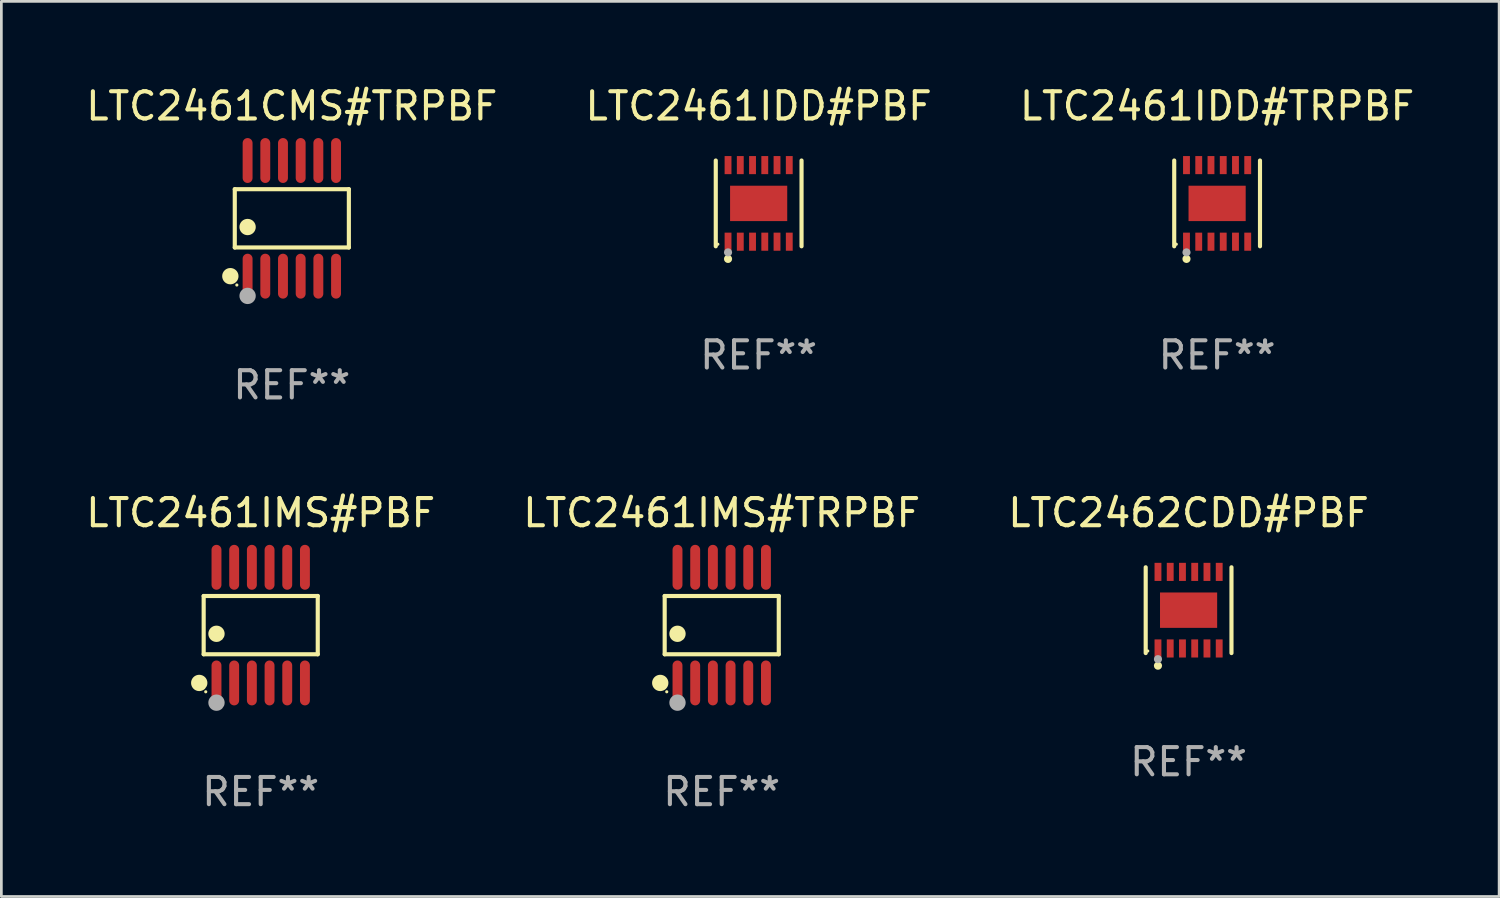
<source format=kicad_pcb>
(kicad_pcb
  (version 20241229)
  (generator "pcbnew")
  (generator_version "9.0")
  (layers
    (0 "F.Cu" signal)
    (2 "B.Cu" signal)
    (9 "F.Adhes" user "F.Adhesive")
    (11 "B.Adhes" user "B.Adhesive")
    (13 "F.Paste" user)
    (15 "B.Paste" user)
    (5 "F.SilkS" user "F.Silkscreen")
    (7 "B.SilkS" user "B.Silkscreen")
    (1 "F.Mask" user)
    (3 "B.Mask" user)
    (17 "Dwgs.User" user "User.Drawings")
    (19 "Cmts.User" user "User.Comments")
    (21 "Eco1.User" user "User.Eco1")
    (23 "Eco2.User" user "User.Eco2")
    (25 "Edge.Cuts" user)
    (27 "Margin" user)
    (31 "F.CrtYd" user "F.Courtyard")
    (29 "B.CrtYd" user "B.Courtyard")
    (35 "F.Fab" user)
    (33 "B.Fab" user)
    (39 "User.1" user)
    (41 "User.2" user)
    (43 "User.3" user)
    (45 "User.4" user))
  (footprint "LTC2461IMS#TRPBF"
    (layer "F.Cu")
    (at 23.47 19.92)
    (property "Reference" "LTC2461IMS#TRPBF" (at 0 -4.125 0) (layer "F.SilkS") (effects (font (size 1 1) (thickness 0.15))))
    (attr through_hole)
    (fp_line (start -2.096 -1.071) (end 2.096 -1.071) (stroke (width 0.152) (type solid)) (layer "F.SilkS"))
    (fp_line (start -2.096 1.071) (end -2.096 -1.071) (stroke (width 0.152) (type solid)) (layer "F.SilkS"))
    (fp_line (start 2.096 -1.071) (end 2.096 1.071) (stroke (width 0.152) (type solid)) (layer "F.SilkS"))
    (fp_line (start 2.096 1.071) (end -2.096 1.071) (stroke (width 0.152) (type solid)) (layer "F.SilkS"))
    (fp_circle (center -2.259 2.125) (end -2.109 2.125) (stroke (width 0.3) (type solid)) (fill no) (layer "F.SilkS"))
    (fp_circle (center -2.02 2.45) (end -1.99 2.45) (stroke (width 0.06) (type solid)) (fill no) (layer "F.SilkS"))
    (fp_circle (center -1.625 0.319) (end -1.475 0.319) (stroke (width 0.3) (type solid)) (fill no) (layer "F.SilkS"))
    (fp_circle (center -1.625 2.85) (end -1.475 2.85) (stroke (width 0.3) (type solid)) (fill no) (layer "F.Fab"))
    (fp_text user "REF**" (at 0 6.125 0) (layer "F.Fab") (effects (font (size 1 1) (thickness 0.15))))
    (pad "1" smd oval (at -1.625 2.125) (size 0.364 1.65) (layers "F.Cu" "F.Mask" "F.Paste"))
    (pad "2" smd oval (at -0.975 2.125) (size 0.364 1.65) (layers "F.Cu" "F.Mask" "F.Paste"))
    (pad "3" smd oval (at -0.325 2.125) (size 0.364 1.65) (layers "F.Cu" "F.Mask" "F.Paste"))
    (pad "4" smd oval (at 0.325 2.125) (size 0.364 1.65) (layers "F.Cu" "F.Mask" "F.Paste"))
    (pad "5" smd oval (at 0.975 2.125) (size 0.364 1.65) (layers "F.Cu" "F.Mask" "F.Paste"))
    (pad "6" smd oval (at 1.625 2.125) (size 0.364 1.65) (layers "F.Cu" "F.Mask" "F.Paste"))
    (pad "7" smd oval (at 1.625 -2.125) (size 0.364 1.65) (layers "F.Cu" "F.Mask" "F.Paste"))
    (pad "8" smd oval (at 0.975 -2.125) (size 0.364 1.65) (layers "F.Cu" "F.Mask" "F.Paste"))
    (pad "9" smd oval (at 0.325 -2.125) (size 0.364 1.65) (layers "F.Cu" "F.Mask" "F.Paste"))
    (pad "10" smd oval (at -0.325 -2.125) (size 0.364 1.65) (layers "F.Cu" "F.Mask" "F.Paste"))
    (pad "11" smd oval (at -0.975 -2.125) (size 0.364 1.65) (layers "F.Cu" "F.Mask" "F.Paste"))
    (pad "12" smd oval (at -1.625 -2.125) (size 0.364 1.65) (layers "F.Cu" "F.Mask" "F.Paste")))
  (footprint "LTC2461IMS#PBF"
    (layer "F.Cu")
    (at 6.53 19.92)
    (property "Reference" "LTC2461IMS#PBF" (at 0 -4.125 0) (layer "F.SilkS") (effects (font (size 1 1) (thickness 0.15))))
    (attr through_hole)
    (fp_line (start -2.096 -1.071) (end 2.096 -1.071) (stroke (width 0.152) (type solid)) (layer "F.SilkS"))
    (fp_line (start -2.096 1.071) (end -2.096 -1.071) (stroke (width 0.152) (type solid)) (layer "F.SilkS"))
    (fp_line (start 2.096 -1.071) (end 2.096 1.071) (stroke (width 0.152) (type solid)) (layer "F.SilkS"))
    (fp_line (start 2.096 1.071) (end -2.096 1.071) (stroke (width 0.152) (type solid)) (layer "F.SilkS"))
    (fp_circle (center -2.259 2.125) (end -2.109 2.125) (stroke (width 0.3) (type solid)) (fill no) (layer "F.SilkS"))
    (fp_circle (center -2.02 2.45) (end -1.99 2.45) (stroke (width 0.06) (type solid)) (fill no) (layer "F.SilkS"))
    (fp_circle (center -1.625 0.319) (end -1.475 0.319) (stroke (width 0.3) (type solid)) (fill no) (layer "F.SilkS"))
    (fp_circle (center -1.625 2.85) (end -1.475 2.85) (stroke (width 0.3) (type solid)) (fill no) (layer "F.Fab"))
    (fp_text user "REF**" (at 0 6.125 0) (layer "F.Fab") (effects (font (size 1 1) (thickness 0.15))))
    (pad "1" smd oval (at -1.625 2.125) (size 0.364 1.65) (layers "F.Cu" "F.Mask" "F.Paste"))
    (pad "2" smd oval (at -0.975 2.125) (size 0.364 1.65) (layers "F.Cu" "F.Mask" "F.Paste"))
    (pad "3" smd oval (at -0.325 2.125) (size 0.364 1.65) (layers "F.Cu" "F.Mask" "F.Paste"))
    (pad "4" smd oval (at 0.325 2.125) (size 0.364 1.65) (layers "F.Cu" "F.Mask" "F.Paste"))
    (pad "5" smd oval (at 0.975 2.125) (size 0.364 1.65) (layers "F.Cu" "F.Mask" "F.Paste"))
    (pad "6" smd oval (at 1.625 2.125) (size 0.364 1.65) (layers "F.Cu" "F.Mask" "F.Paste"))
    (pad "7" smd oval (at 1.625 -2.125) (size 0.364 1.65) (layers "F.Cu" "F.Mask" "F.Paste"))
    (pad "8" smd oval (at 0.975 -2.125) (size 0.364 1.65) (layers "F.Cu" "F.Mask" "F.Paste"))
    (pad "9" smd oval (at 0.325 -2.125) (size 0.364 1.65) (layers "F.Cu" "F.Mask" "F.Paste"))
    (pad "10" smd oval (at -0.325 -2.125) (size 0.364 1.65) (layers "F.Cu" "F.Mask" "F.Paste"))
    (pad "11" smd oval (at -0.975 -2.125) (size 0.364 1.65) (layers "F.Cu" "F.Mask" "F.Paste"))
    (pad "12" smd oval (at -1.625 -2.125) (size 0.364 1.65) (layers "F.Cu" "F.Mask" "F.Paste")))
  (footprint "LTC2462CDD#PBF"
    (layer "F.Cu")
    (at 40.625 19.371)
    (property "Reference" "LTC2462CDD#PBF" (at 0 -3.576 0) (layer "F.SilkS") (effects (font (size 1 1) (thickness 0.15))))
    (attr through_hole)
    (fp_line (start -1.576 1.576) (end -1.576 -1.576) (stroke (width 0.152) (type solid)) (layer "F.SilkS"))
    (fp_line (start 1.576 1.576) (end 1.576 -1.576) (stroke (width 0.152) (type solid)) (layer "F.SilkS"))
    (fp_circle (center -1.5 1.5) (end -1.47 1.5) (stroke (width 0.06) (type solid)) (fill no) (layer "F.SilkS"))
    (fp_circle (center -1.125 2.04) (end -1.05 2.04) (stroke (width 0.15) (type solid)) (fill no) (layer "F.SilkS"))
    (fp_circle (center -1.125 1.8) (end -1.05 1.8) (stroke (width 0.15) (type solid)) (fill no) (layer "F.Fab"))
    (fp_text user "REF**" (at 0 5.576 0) (layer "F.Fab") (effects (font (size 1 1) (thickness 0.15))))
    (pad "1" smd rect (at -1.125 1.407) (size 0.252 0.665) (layers "F.Cu" "F.Mask" "F.Paste"))
    (pad "2" smd rect (at -0.675 1.407) (size 0.252 0.665) (layers "F.Cu" "F.Mask" "F.Paste"))
    (pad "3" smd rect (at -0.225 1.407) (size 0.252 0.665) (layers "F.Cu" "F.Mask" "F.Paste"))
    (pad "4" smd rect (at 0.225 1.407) (size 0.252 0.665) (layers "F.Cu" "F.Mask" "F.Paste"))
    (pad "5" smd rect (at 0.675 1.407) (size 0.252 0.665) (layers "F.Cu" "F.Mask" "F.Paste"))
    (pad "6" smd rect (at 1.125 1.407) (size 0.252 0.665) (layers "F.Cu" "F.Mask" "F.Paste"))
    (pad "7" smd rect (at 1.125 -1.407) (size 0.252 0.665) (layers "F.Cu" "F.Mask" "F.Paste"))
    (pad "8" smd rect (at 0.675 -1.407) (size 0.252 0.665) (layers "F.Cu" "F.Mask" "F.Paste"))
    (pad "9" smd rect (at 0.225 -1.407) (size 0.252 0.665) (layers "F.Cu" "F.Mask" "F.Paste"))
    (pad "10" smd rect (at -0.225 -1.407) (size 0.252 0.665) (layers "F.Cu" "F.Mask" "F.Paste"))
    (pad "11" smd rect (at -0.675 -1.407) (size 0.252 0.665) (layers "F.Cu" "F.Mask" "F.Paste"))
    (pad "12" smd rect (at -1.125 -1.407) (size 0.252 0.665) (layers "F.Cu" "F.Mask" "F.Paste"))
    (pad "13" smd rect (at 0 0) (size 2.1 1.3) (layers "F.Cu" "F.Mask" "F.Paste")))
  (footprint "LTC2461IDD#TRPBF"
    (layer "F.Cu")
    (at 41.673 4.424)
    (property "Reference" "LTC2461IDD#TRPBF" (at 0 -3.576 0) (layer "F.SilkS") (effects (font (size 1 1) (thickness 0.15))))
    (attr through_hole)
    (fp_line (start -1.576 1.576) (end -1.576 -1.576) (stroke (width 0.152) (type solid)) (layer "F.SilkS"))
    (fp_line (start 1.576 1.576) (end 1.576 -1.576) (stroke (width 0.152) (type solid)) (layer "F.SilkS"))
    (fp_circle (center -1.5 1.5) (end -1.47 1.5) (stroke (width 0.06) (type solid)) (fill no) (layer "F.SilkS"))
    (fp_circle (center -1.125 2.04) (end -1.05 2.04) (stroke (width 0.15) (type solid)) (fill no) (layer "F.SilkS"))
    (fp_circle (center -1.125 1.8) (end -1.05 1.8) (stroke (width 0.15) (type solid)) (fill no) (layer "F.Fab"))
    (fp_text user "REF**" (at 0 5.576 0) (layer "F.Fab") (effects (font (size 1 1) (thickness 0.15))))
    (pad "1" smd rect (at -1.125 1.407) (size 0.252 0.665) (layers "F.Cu" "F.Mask" "F.Paste"))
    (pad "2" smd rect (at -0.675 1.407) (size 0.252 0.665) (layers "F.Cu" "F.Mask" "F.Paste"))
    (pad "3" smd rect (at -0.225 1.407) (size 0.252 0.665) (layers "F.Cu" "F.Mask" "F.Paste"))
    (pad "4" smd rect (at 0.225 1.407) (size 0.252 0.665) (layers "F.Cu" "F.Mask" "F.Paste"))
    (pad "5" smd rect (at 0.675 1.407) (size 0.252 0.665) (layers "F.Cu" "F.Mask" "F.Paste"))
    (pad "6" smd rect (at 1.125 1.407) (size 0.252 0.665) (layers "F.Cu" "F.Mask" "F.Paste"))
    (pad "7" smd rect (at 1.125 -1.407) (size 0.252 0.665) (layers "F.Cu" "F.Mask" "F.Paste"))
    (pad "8" smd rect (at 0.675 -1.407) (size 0.252 0.665) (layers "F.Cu" "F.Mask" "F.Paste"))
    (pad "9" smd rect (at 0.225 -1.407) (size 0.252 0.665) (layers "F.Cu" "F.Mask" "F.Paste"))
    (pad "10" smd rect (at -0.225 -1.407) (size 0.252 0.665) (layers "F.Cu" "F.Mask" "F.Paste"))
    (pad "11" smd rect (at -0.675 -1.407) (size 0.252 0.665) (layers "F.Cu" "F.Mask" "F.Paste"))
    (pad "12" smd rect (at -1.125 -1.407) (size 0.252 0.665) (layers "F.Cu" "F.Mask" "F.Paste"))
    (pad "13" smd rect (at 0 0) (size 2.1 1.3) (layers "F.Cu" "F.Mask" "F.Paste")))
  (footprint "LTC2461CMS#TRPBF"
    (layer "F.Cu")
    (at 7.673 4.973)
    (property "Reference" "LTC2461CMS#TRPBF" (at 0 -4.125 0) (layer "F.SilkS") (effects (font (size 1 1) (thickness 0.15))))
    (attr through_hole)
    (fp_line (start -2.096 -1.071) (end 2.096 -1.071) (stroke (width 0.152) (type solid)) (layer "F.SilkS"))
    (fp_line (start -2.096 1.071) (end -2.096 -1.071) (stroke (width 0.152) (type solid)) (layer "F.SilkS"))
    (fp_line (start 2.096 -1.071) (end 2.096 1.071) (stroke (width 0.152) (type solid)) (layer "F.SilkS"))
    (fp_line (start 2.096 1.071) (end -2.096 1.071) (stroke (width 0.152) (type solid)) (layer "F.SilkS"))
    (fp_circle (center -2.259 2.125) (end -2.109 2.125) (stroke (width 0.3) (type solid)) (fill no) (layer "F.SilkS"))
    (fp_circle (center -2.02 2.45) (end -1.99 2.45) (stroke (width 0.06) (type solid)) (fill no) (layer "F.SilkS"))
    (fp_circle (center -1.625 0.319) (end -1.475 0.319) (stroke (width 0.3) (type solid)) (fill no) (layer "F.SilkS"))
    (fp_circle (center -1.625 2.85) (end -1.475 2.85) (stroke (width 0.3) (type solid)) (fill no) (layer "F.Fab"))
    (fp_text user "REF**" (at 0 6.125 0) (layer "F.Fab") (effects (font (size 1 1) (thickness 0.15))))
    (pad "1" smd oval (at -1.625 2.125) (size 0.364 1.65) (layers "F.Cu" "F.Mask" "F.Paste"))
    (pad "2" smd oval (at -0.975 2.125) (size 0.364 1.65) (layers "F.Cu" "F.Mask" "F.Paste"))
    (pad "3" smd oval (at -0.325 2.125) (size 0.364 1.65) (layers "F.Cu" "F.Mask" "F.Paste"))
    (pad "4" smd oval (at 0.325 2.125) (size 0.364 1.65) (layers "F.Cu" "F.Mask" "F.Paste"))
    (pad "5" smd oval (at 0.975 2.125) (size 0.364 1.65) (layers "F.Cu" "F.Mask" "F.Paste"))
    (pad "6" smd oval (at 1.625 2.125) (size 0.364 1.65) (layers "F.Cu" "F.Mask" "F.Paste"))
    (pad "7" smd oval (at 1.625 -2.125) (size 0.364 1.65) (layers "F.Cu" "F.Mask" "F.Paste"))
    (pad "8" smd oval (at 0.975 -2.125) (size 0.364 1.65) (layers "F.Cu" "F.Mask" "F.Paste"))
    (pad "9" smd oval (at 0.325 -2.125) (size 0.364 1.65) (layers "F.Cu" "F.Mask" "F.Paste"))
    (pad "10" smd oval (at -0.325 -2.125) (size 0.364 1.65) (layers "F.Cu" "F.Mask" "F.Paste"))
    (pad "11" smd oval (at -0.975 -2.125) (size 0.364 1.65) (layers "F.Cu" "F.Mask" "F.Paste"))
    (pad "12" smd oval (at -1.625 -2.125) (size 0.364 1.65) (layers "F.Cu" "F.Mask" "F.Paste")))
  (footprint "LTC2461IDD#PBF"
    (layer "F.Cu")
    (at 24.827 4.424)
    (property "Reference" "LTC2461IDD#PBF" (at 0 -3.576 0) (layer "F.SilkS") (effects (font (size 1 1) (thickness 0.15))))
    (attr through_hole)
    (fp_line (start -1.576 1.576) (end -1.576 -1.576) (stroke (width 0.152) (type solid)) (layer "F.SilkS"))
    (fp_line (start 1.576 1.576) (end 1.576 -1.576) (stroke (width 0.152) (type solid)) (layer "F.SilkS"))
    (fp_circle (center -1.5 1.5) (end -1.47 1.5) (stroke (width 0.06) (type solid)) (fill no) (layer "F.SilkS"))
    (fp_circle (center -1.125 2.04) (end -1.05 2.04) (stroke (width 0.15) (type solid)) (fill no) (layer "F.SilkS"))
    (fp_circle (center -1.125 1.8) (end -1.05 1.8) (stroke (width 0.15) (type solid)) (fill no) (layer "F.Fab"))
    (fp_text user "REF**" (at 0 5.576 0) (layer "F.Fab") (effects (font (size 1 1) (thickness 0.15))))
    (pad "1" smd rect (at -1.125 1.407) (size 0.252 0.665) (layers "F.Cu" "F.Mask" "F.Paste"))
    (pad "2" smd rect (at -0.675 1.407) (size 0.252 0.665) (layers "F.Cu" "F.Mask" "F.Paste"))
    (pad "3" smd rect (at -0.225 1.407) (size 0.252 0.665) (layers "F.Cu" "F.Mask" "F.Paste"))
    (pad "4" smd rect (at 0.225 1.407) (size 0.252 0.665) (layers "F.Cu" "F.Mask" "F.Paste"))
    (pad "5" smd rect (at 0.675 1.407) (size 0.252 0.665) (layers "F.Cu" "F.Mask" "F.Paste"))
    (pad "6" smd rect (at 1.125 1.407) (size 0.252 0.665) (layers "F.Cu" "F.Mask" "F.Paste"))
    (pad "7" smd rect (at 1.125 -1.407) (size 0.252 0.665) (layers "F.Cu" "F.Mask" "F.Paste"))
    (pad "8" smd rect (at 0.675 -1.407) (size 0.252 0.665) (layers "F.Cu" "F.Mask" "F.Paste"))
    (pad "9" smd rect (at 0.225 -1.407) (size 0.252 0.665) (layers "F.Cu" "F.Mask" "F.Paste"))
    (pad "10" smd rect (at -0.225 -1.407) (size 0.252 0.665) (layers "F.Cu" "F.Mask" "F.Paste"))
    (pad "11" smd rect (at -0.675 -1.407) (size 0.252 0.665) (layers "F.Cu" "F.Mask" "F.Paste"))
    (pad "12" smd rect (at -1.125 -1.407) (size 0.252 0.665) (layers "F.Cu" "F.Mask" "F.Paste"))
    (pad "13" smd rect (at 0 0) (size 2.1 1.3) (layers "F.Cu" "F.Mask" "F.Paste")))
  (gr_rect
    (start -3 -3)
    (end 52.036 29.893)
    (stroke (width 0.1) (type default))
    (fill no)
    (layer "Edge.Cuts")))
</source>
